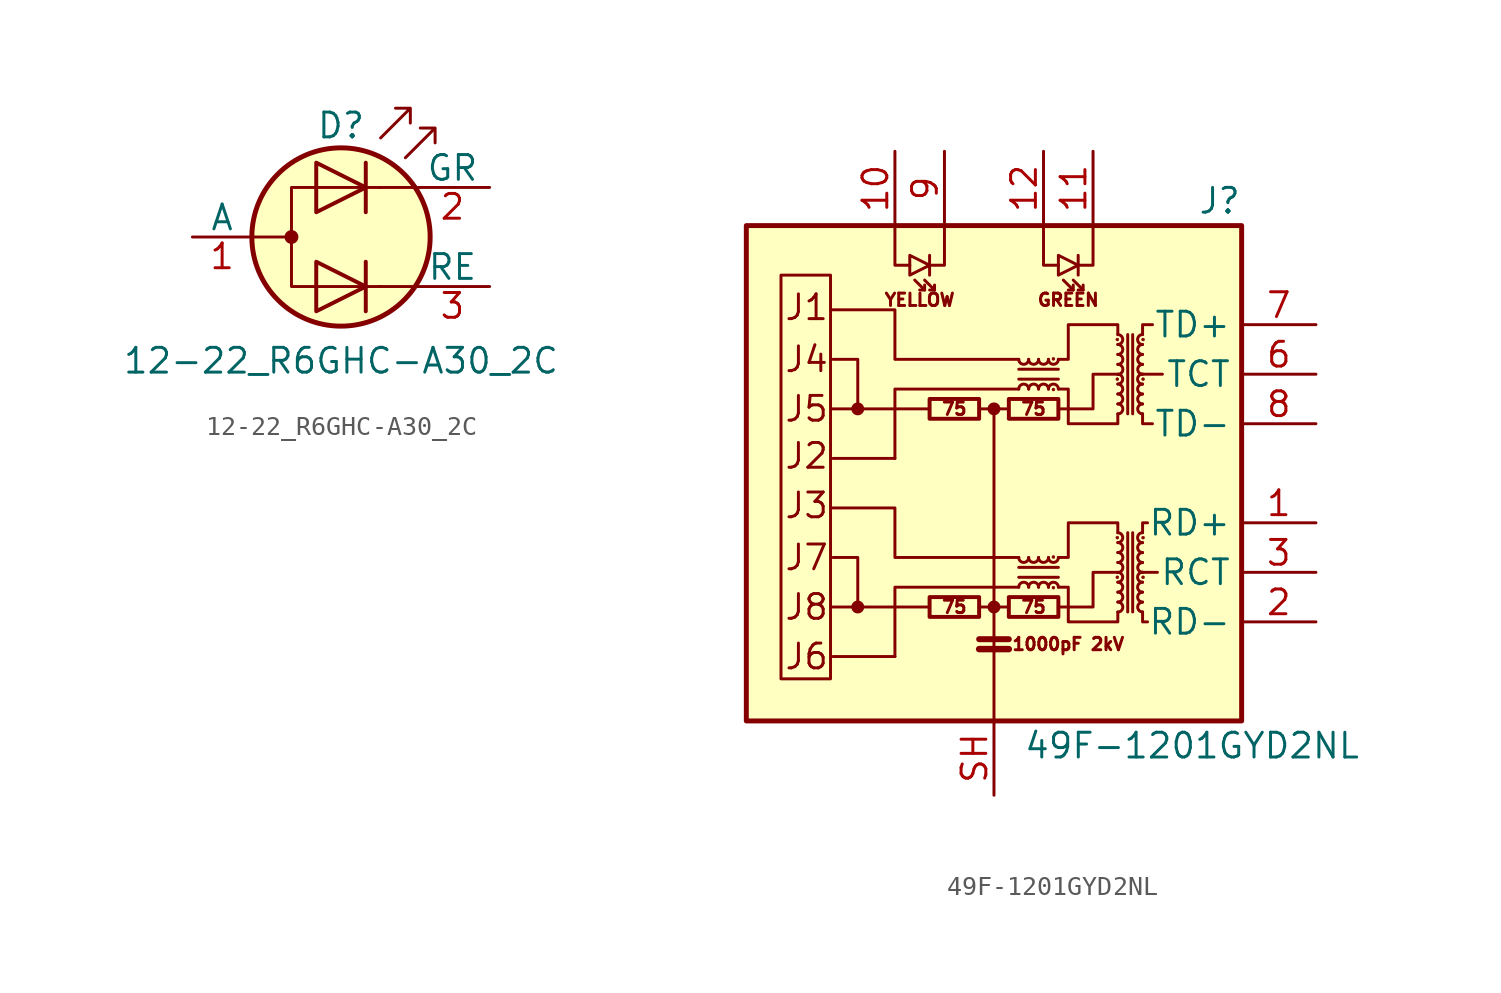
<source format=kicad_sym>
(kicad_symbol_lib
  (version 20231120)
  (generator "kicad_symbol_editor")
  (generator_version "8.0")
  (symbol "12-22_R6GHC-A30_2C"
    (pin_names
      (offset 0))
    (property "Reference" "D"
      (at 0 5.715 0)
      (effects (font (size 1.27 1.27))))
    (property "Value" "12-22_R6GHC-A30_2C"
      (at 0 -6.35 0)
      (effects (font (size 1.27 1.27))))
    (symbol "12-22_R6GHC-A30_2C_0_1"
      (circle (center -2.54 0) (radius 0.279) (stroke (width 0) (type solid)) (fill (type outline)))
      (polyline (pts (xy -4.572 0) (xy -2.54 0)) (stroke (width 0) (type solid)) (fill (type none)))
      (polyline (pts (xy 1.27 -1.27) (xy 1.27 -3.81)) (stroke (width 0.203) (type solid)) (fill (type none)))
      (polyline (pts (xy 1.27 3.81) (xy 1.27 1.27)) (stroke (width 0.203) (type solid)) (fill (type none)))
      (polyline (pts (xy 3.81 -2.54) (xy 1.905 -2.54)) (stroke (width 0) (type solid)) (fill (type none)))
      (polyline (pts (xy 3.81 2.54) (xy 1.905 2.54)) (stroke (width 0) (type solid)) (fill (type none)))
      (polyline (pts (xy -1.27 -1.27) (xy -1.27 -3.81) (xy 1.27 -2.54) (xy -1.27 -1.27)) (stroke (width 0.203) (type solid)) (fill (type none)))
      (polyline (pts (xy -1.27 3.81) (xy -1.27 1.27) (xy 1.27 2.54) (xy -1.27 3.81)) (stroke (width 0.203) (type solid)) (fill (type none)))
      (polyline (pts (xy 2.032 2.54) (xy -2.54 2.54) (xy -2.54 -2.54) (xy 2.032 -2.54)) (stroke (width 0) (type solid)) (fill (type none)))
      (polyline (pts (xy 2.032 5.08) (xy 3.556 6.604) (xy 2.794 6.604) (xy 3.556 6.604) (xy 3.556 5.842)) (stroke (width 0) (type solid)) (fill (type none)))
      (polyline (pts (xy 3.302 4.064) (xy 4.826 5.588) (xy 4.064 5.588) (xy 4.826 5.588) (xy 4.826 4.826)) (stroke (width 0) (type solid)) (fill (type none)))
      (circle (center 0 0) (radius 4.572) (stroke (width 0.254) (type solid)) (fill (type background))))
    (symbol "12-22_R6GHC-A30_2C_1_1"
      (pin input line (at -7.62 0 0) (length 3.048) (name "A" (effects (font (size 1.27 1.27)))) (number "1" (effects (font (size 1.27 1.27)))))
      (pin input line (at 7.62 2.54 180) (length 3.81) (name "GR" (effects (font (size 1.27 1.27)))) (number "2" (effects (font (size 1.27 1.27)))))
      (pin input line (at 7.62 -2.54 180) (length 3.81) (name "RE" (effects (font (size 1.27 1.27)))) (number "3" (effects (font (size 1.27 1.27)))))))
  (symbol "49F-1201GYD2NL"
    (property "Reference" "J"
      (at 12.7 13.97 0)
      (effects (font (size 1.27 1.27)) (justify right)))
    (property "Value" "49F-1201GYD2NL"
      (at 10.16 -13.97 0)
      (effects (font (size 1.27 1.27))))
    (symbol "49F-1201GYD2NL_0_0"
      (rectangle (start -12.7 12.7) (end 12.7 -12.7) (stroke (width 0.254) (type solid)) (fill (type background)))
      (polyline (pts (xy -3.302 -6.858) (xy -8.382 -6.858)) (stroke (width 0) (type solid)) (fill (type none)))
      (polyline (pts (xy -3.302 3.302) (xy -8.382 3.302)) (stroke (width 0) (type solid)) (fill (type none)))
      (polyline (pts (xy 8.382 -5.08) (xy 7.62 -5.08)) (stroke (width 0) (type solid)) (fill (type none)))
      (polyline (pts (xy 8.636 5.08) (xy 7.62 5.08)) (stroke (width 0) (type solid)) (fill (type none)))
      (polyline (pts (xy 1.27 -4.318) (xy -5.08 -4.318) (xy -5.08 -1.778) (xy -8.382 -1.778)) (stroke (width 0) (type solid)) (fill (type none)))
      (polyline (pts (xy 1.27 5.842) (xy -5.08 5.842) (xy -5.08 8.382) (xy -8.382 8.382)) (stroke (width 0) (type solid)) (fill (type none)))
      (polyline (pts (xy 3.302 -6.858) (xy 5.08 -6.858) (xy 5.08 -5.08) (xy 6.35 -5.08)) (stroke (width 0) (type solid)) (fill (type none)))
      (polyline (pts (xy 3.302 3.302) (xy 5.08 3.302) (xy 5.08 5.08) (xy 6.35 5.08)) (stroke (width 0) (type solid)) (fill (type none)))
      (text "1000pF 2kV" (at 3.81 -8.763 0) (effects (font (size 0.635 0.635))))
      (text "75" (at -2.032 -6.858 0) (effects (font (size 0.635 0.635))))
      (text "75" (at -2.032 3.302 0) (effects (font (size 0.635 0.635))))
      (text "75" (at 2.032 -6.858 0) (effects (font (size 0.635 0.635))))
      (text "75" (at 2.032 3.302 0) (effects (font (size 0.635 0.635))))
      (text "GREEN" (at 3.81 8.89 0) (effects (font (size 0.635 0.635))))
      (text "J1" (at -10.795 8.509 0) (effects (font (size 1.27 1.27)) (justify left)))
      (text "J2" (at -10.795 0.889 0) (effects (font (size 1.27 1.27)) (justify left)))
      (text "J3" (at -10.795 -1.651 0) (effects (font (size 1.27 1.27)) (justify left)))
      (text "J4" (at -10.795 5.842 0) (effects (font (size 1.27 1.27)) (justify left)))
      (text "J5" (at -10.795 3.302 0) (effects (font (size 1.27 1.27)) (justify left)))
      (text "J6" (at -10.795 -9.398 0) (effects (font (size 1.27 1.27)) (justify left)))
      (text "J7" (at -10.795 -4.318 0) (effects (font (size 1.27 1.27)) (justify left)))
      (text "J8" (at -10.795 -6.858 0) (effects (font (size 1.27 1.27)) (justify left)))
      (text "YELLOW" (at -3.81 8.89 0) (effects (font (size 0.635 0.635)))))
    (symbol "49F-1201GYD2NL_0_1"
      (rectangle (start -8.382 -10.541) (end -10.922 10.16) (stroke (width 0) (type solid)) (fill (type none)))
      (circle (center -6.985 -6.858) (radius 0.254) (stroke (width 0) (type solid)) (fill (type outline)))
      (circle (center -6.985 3.302) (radius 0.254) (stroke (width 0) (type solid)) (fill (type outline)))
      (rectangle (start -3.302 -7.366) (end -0.762 -6.35) (stroke (width 0.203) (type solid)) (fill (type none)))
      (rectangle (start -3.302 2.794) (end -0.762 3.81) (stroke (width 0.203) (type solid)) (fill (type none)))
      (circle (center 0 -6.858) (radius 0.254) (stroke (width 0) (type solid)) (fill (type outline)))
      (polyline (pts (xy -5.08 -9.398) (xy -8.255 -9.398)) (stroke (width 0) (type solid)) (fill (type none)))
      (polyline (pts (xy -5.08 0.762) (xy -8.255 0.762)) (stroke (width 0) (type solid)) (fill (type none)))
      (polyline (pts (xy -3.556 9.398) (xy -4.064 9.906)) (stroke (width 0) (type solid)) (fill (type none)))
      (polyline (pts (xy -3.302 11.176) (xy -3.302 10.16)) (stroke (width 0) (type solid)) (fill (type none)))
      (polyline (pts (xy -3.048 9.398) (xy -3.556 9.906)) (stroke (width 0) (type solid)) (fill (type none)))
      (polyline (pts (xy -0.762 -9.017) (xy 0.762 -9.017)) (stroke (width 0.33) (type solid)) (fill (type none)))
      (polyline (pts (xy -0.762 -8.509) (xy 0.762 -8.509)) (stroke (width 0.305) (type solid)) (fill (type none)))
      (polyline (pts (xy 0 3.302) (xy -0.762 3.302)) (stroke (width 0) (type solid)) (fill (type none)))
      (polyline (pts (xy 0.762 -6.858) (xy -0.762 -6.858)) (stroke (width 0) (type solid)) (fill (type none)))
      (polyline (pts (xy 1.27 -5.334) (xy 3.302 -5.334)) (stroke (width 0) (type solid)) (fill (type none)))
      (polyline (pts (xy 1.27 4.826) (xy 3.302 4.826)) (stroke (width 0) (type solid)) (fill (type none)))
      (polyline (pts (xy 3.302 -4.826) (xy 1.27 -4.826)) (stroke (width 0) (type solid)) (fill (type none)))
      (polyline (pts (xy 3.302 5.334) (xy 1.27 5.334)) (stroke (width 0) (type solid)) (fill (type none)))
      (polyline (pts (xy 4.064 9.398) (xy 3.556 9.906)) (stroke (width 0) (type solid)) (fill (type none)))
      (polyline (pts (xy 4.318 11.176) (xy 4.318 10.16)) (stroke (width 0) (type solid)) (fill (type none)))
      (polyline (pts (xy 4.572 9.398) (xy 4.064 9.906)) (stroke (width 0) (type solid)) (fill (type none)))
      (polyline (pts (xy 6.858 -3.048) (xy 6.858 -7.112)) (stroke (width 0) (type solid)) (fill (type none)))
      (polyline (pts (xy 6.858 7.112) (xy 6.858 3.048)) (stroke (width 0) (type solid)) (fill (type none)))
      (polyline (pts (xy 7.112 -7.112) (xy 7.112 -3.048)) (stroke (width 0) (type solid)) (fill (type none)))
      (polyline (pts (xy 7.112 3.048) (xy 7.112 7.112)) (stroke (width 0) (type solid)) (fill (type none)))
      (polyline (pts (xy -6.985 -6.858) (xy -6.985 -4.318) (xy -8.255 -4.318)) (stroke (width 0) (type solid)) (fill (type none)))
      (polyline (pts (xy -6.985 3.302) (xy -6.985 5.842) (xy -8.255 5.842)) (stroke (width 0) (type solid)) (fill (type none)))
      (polyline (pts (xy -5.08 12.7) (xy -5.08 10.668) (xy -4.318 10.668)) (stroke (width 0) (type solid)) (fill (type none)))
      (polyline (pts (xy -3.556 9.652) (xy -3.556 9.398) (xy -3.81 9.398)) (stroke (width 0) (type solid)) (fill (type none)))
      (polyline (pts (xy -3.048 9.652) (xy -3.048 9.398) (xy -3.302 9.398)) (stroke (width 0) (type solid)) (fill (type none)))
      (polyline (pts (xy -2.54 12.7) (xy -2.54 10.668) (xy -3.302 10.668)) (stroke (width 0) (type solid)) (fill (type none)))
      (polyline (pts (xy 0 -12.7) (xy 0 3.302) (xy 0.635 3.302)) (stroke (width 0) (type solid)) (fill (type none)))
      (polyline (pts (xy 1.27 -5.842) (xy -5.08 -5.842) (xy -5.08 -9.398)) (stroke (width 0) (type solid)) (fill (type none)))
      (polyline (pts (xy 1.27 4.318) (xy -5.08 4.318) (xy -5.08 0.762)) (stroke (width 0) (type solid)) (fill (type none)))
      (polyline (pts (xy 2.54 12.7) (xy 2.54 10.668) (xy 3.302 10.668)) (stroke (width 0) (type solid)) (fill (type none)))
      (polyline (pts (xy 4.064 9.652) (xy 4.064 9.398) (xy 3.81 9.398)) (stroke (width 0) (type solid)) (fill (type none)))
      (polyline (pts (xy 4.572 9.652) (xy 4.572 9.398) (xy 4.318 9.398)) (stroke (width 0) (type solid)) (fill (type none)))
      (polyline (pts (xy 5.08 12.7) (xy 5.08 10.668) (xy 4.318 10.668)) (stroke (width 0) (type solid)) (fill (type none)))
      (polyline (pts (xy 7.62 -7.112) (xy 7.62 -7.62) (xy 7.874 -7.62)) (stroke (width 0) (type solid)) (fill (type none)))
      (polyline (pts (xy 7.62 -3.048) (xy 7.62 -2.54) (xy 7.874 -2.54)) (stroke (width 0) (type solid)) (fill (type none)))
      (polyline (pts (xy 7.62 3.048) (xy 7.62 2.54) (xy 8.128 2.54)) (stroke (width 0) (type solid)) (fill (type none)))
      (polyline (pts (xy 7.62 7.112) (xy 7.62 7.62) (xy 8.128 7.62)) (stroke (width 0) (type solid)) (fill (type none)))
      (polyline (pts (xy -3.302 10.668) (xy -4.318 11.176) (xy -4.318 10.16) (xy -3.302 10.668)) (stroke (width 0) (type solid)) (fill (type none)))
      (polyline (pts (xy 4.318 10.668) (xy 3.302 11.176) (xy 3.302 10.16) (xy 4.318 10.668)) (stroke (width 0) (type solid)) (fill (type none)))
      (polyline (pts (xy 3.302 -4.318) (xy 3.81 -4.318) (xy 3.81 -2.54) (xy 6.35 -2.54) (xy 6.35 -3.048)) (stroke (width 0) (type solid)) (fill (type none)))
      (polyline (pts (xy 3.302 5.842) (xy 3.81 5.842) (xy 3.81 7.62) (xy 6.35 7.62) (xy 6.35 7.112)) (stroke (width 0) (type solid)) (fill (type none)))
      (polyline (pts (xy 6.35 -7.112) (xy 6.35 -7.62) (xy 3.81 -7.62) (xy 3.81 -5.842) (xy 3.302 -5.842)) (stroke (width 0) (type solid)) (fill (type none)))
      (polyline (pts (xy 6.35 3.048) (xy 6.35 2.54) (xy 3.81 2.54) (xy 3.81 4.318) (xy 3.302 4.318)) (stroke (width 0) (type solid)) (fill (type none)))
      (circle (center 0 3.302) (radius 0.254) (stroke (width 0) (type solid)) (fill (type outline)))
      (rectangle (start 0.762 -7.366) (end 3.302 -6.35) (stroke (width 0.203) (type solid)) (fill (type none)))
      (rectangle (start 0.762 2.794) (end 3.302 3.81) (stroke (width 0.203) (type solid)) (fill (type none)))
      (arc (start 1.27 -4.318) (mid 1.524 -4.572) (end 1.778 -4.318) (stroke (width 0) (type solid)) (fill (type none)))
      (arc (start 1.27 5.842) (mid 1.524 5.588) (end 1.778 5.842) (stroke (width 0) (type solid)) (fill (type none)))
      (arc (start 1.778 -5.842) (mid 1.524 -5.588) (end 1.27 -5.842) (stroke (width 0) (type solid)) (fill (type none)))
      (arc (start 1.778 -4.318) (mid 2.032 -4.572) (end 2.286 -4.318) (stroke (width 0) (type solid)) (fill (type none)))
      (arc (start 1.778 4.318) (mid 1.524 4.572) (end 1.27 4.318) (stroke (width 0) (type solid)) (fill (type none)))
      (arc (start 1.778 5.842) (mid 2.032 5.588) (end 2.286 5.842) (stroke (width 0) (type solid)) (fill (type none)))
      (arc (start 2.286 -5.842) (mid 2.032 -5.588) (end 1.778 -5.842) (stroke (width 0) (type solid)) (fill (type none)))
      (arc (start 2.286 -4.318) (mid 2.54 -4.572) (end 2.794 -4.318) (stroke (width 0) (type solid)) (fill (type none)))
      (arc (start 2.286 4.318) (mid 2.032 4.572) (end 1.778 4.318) (stroke (width 0) (type solid)) (fill (type none)))
      (arc (start 2.286 5.842) (mid 2.54 5.588) (end 2.794 5.842) (stroke (width 0) (type solid)) (fill (type none)))
      (arc (start 2.794 -5.842) (mid 2.54 -5.588) (end 2.286 -5.842) (stroke (width 0) (type solid)) (fill (type none)))
      (arc (start 2.794 -4.318) (mid 3.048 -4.572) (end 3.302 -4.318) (stroke (width 0) (type solid)) (fill (type none)))
      (arc (start 2.794 4.318) (mid 2.54 4.572) (end 2.286 4.318) (stroke (width 0) (type solid)) (fill (type none)))
      (arc (start 2.794 5.842) (mid 3.048 5.588) (end 3.302 5.842) (stroke (width 0) (type solid)) (fill (type none)))
      (circle (center 3.048 -5.867) (radius 0.076) (stroke (width 0.025) (type solid)) (fill (type outline)))
      (circle (center 3.048 -4.293) (radius 0.076) (stroke (width 0.025) (type solid)) (fill (type outline)))
      (circle (center 3.048 4.293) (radius 0.076) (stroke (width 0.025) (type solid)) (fill (type outline)))
      (circle (center 3.048 5.867) (radius 0.076) (stroke (width 0.025) (type solid)) (fill (type outline)))
      (arc (start 3.302 -5.842) (mid 3.048 -5.588) (end 2.794 -5.842) (stroke (width 0) (type solid)) (fill (type none)))
      (arc (start 3.302 4.318) (mid 3.048 4.572) (end 2.794 4.318) (stroke (width 0) (type solid)) (fill (type none)))
      (circle (center 6.325 -5.334) (radius 0.076) (stroke (width 0.025) (type solid)) (fill (type outline)))
      (circle (center 6.325 -3.302) (radius 0.076) (stroke (width 0.025) (type solid)) (fill (type outline)))
      (circle (center 6.325 4.826) (radius 0.076) (stroke (width 0.025) (type solid)) (fill (type outline)))
      (circle (center 6.325 6.858) (radius 0.076) (stroke (width 0.025) (type solid)) (fill (type outline)))
      (arc (start 6.35 -7.112) (mid 6.604 -6.858) (end 6.35 -6.604) (stroke (width 0) (type solid)) (fill (type none)))
      (arc (start 6.35 -6.604) (mid 6.604 -6.35) (end 6.35 -6.096) (stroke (width 0) (type solid)) (fill (type none)))
      (arc (start 6.35 -6.096) (mid 6.604 -5.842) (end 6.35 -5.588) (stroke (width 0) (type solid)) (fill (type none)))
      (arc (start 6.35 -5.588) (mid 6.604 -5.334) (end 6.35 -5.08) (stroke (width 0) (type solid)) (fill (type none)))
      (arc (start 6.35 -5.08) (mid 6.604 -4.826) (end 6.35 -4.572) (stroke (width 0) (type solid)) (fill (type none)))
      (arc (start 6.35 -4.572) (mid 6.604 -4.318) (end 6.35 -4.064) (stroke (width 0) (type solid)) (fill (type none)))
      (arc (start 6.35 -4.064) (mid 6.604 -3.81) (end 6.35 -3.556) (stroke (width 0) (type solid)) (fill (type none)))
      (arc (start 6.35 -3.556) (mid 6.604 -3.302) (end 6.35 -3.048) (stroke (width 0) (type solid)) (fill (type none)))
      (arc (start 6.35 3.048) (mid 6.604 3.302) (end 6.35 3.556) (stroke (width 0) (type solid)) (fill (type none)))
      (arc (start 6.35 3.556) (mid 6.604 3.81) (end 6.35 4.064) (stroke (width 0) (type solid)) (fill (type none)))
      (arc (start 6.35 4.064) (mid 6.604 4.318) (end 6.35 4.572) (stroke (width 0) (type solid)) (fill (type none)))
      (arc (start 6.35 4.572) (mid 6.604 4.826) (end 6.35 5.08) (stroke (width 0) (type solid)) (fill (type none)))
      (arc (start 6.35 5.08) (mid 6.604 5.334) (end 6.35 5.588) (stroke (width 0) (type solid)) (fill (type none)))
      (arc (start 6.35 5.588) (mid 6.604 5.842) (end 6.35 6.096) (stroke (width 0) (type solid)) (fill (type none)))
      (arc (start 6.35 6.096) (mid 6.604 6.35) (end 6.35 6.604) (stroke (width 0) (type solid)) (fill (type none)))
      (arc (start 6.35 6.604) (mid 6.604 6.858) (end 6.35 7.112) (stroke (width 0) (type solid)) (fill (type none)))
      (arc (start 7.62 -6.604) (mid 7.366 -6.858) (end 7.62 -7.112) (stroke (width 0) (type solid)) (fill (type none)))
      (arc (start 7.62 -6.096) (mid 7.366 -6.35) (end 7.62 -6.604) (stroke (width 0) (type solid)) (fill (type none)))
      (arc (start 7.62 -5.588) (mid 7.366 -5.842) (end 7.62 -6.096) (stroke (width 0) (type solid)) (fill (type none)))
      (arc (start 7.62 -5.08) (mid 7.366 -5.334) (end 7.62 -5.588) (stroke (width 0) (type solid)) (fill (type none)))
      (arc (start 7.62 -4.572) (mid 7.366 -4.826) (end 7.62 -5.08) (stroke (width 0) (type solid)) (fill (type none)))
      (arc (start 7.62 -4.064) (mid 7.366 -4.318) (end 7.62 -4.572) (stroke (width 0) (type solid)) (fill (type none)))
      (arc (start 7.62 -3.556) (mid 7.366 -3.81) (end 7.62 -4.064) (stroke (width 0) (type solid)) (fill (type none)))
      (arc (start 7.62 -3.048) (mid 7.366 -3.302) (end 7.62 -3.556) (stroke (width 0) (type solid)) (fill (type none)))
      (arc (start 7.62 3.556) (mid 7.366 3.302) (end 7.62 3.048) (stroke (width 0) (type solid)) (fill (type none)))
      (arc (start 7.62 4.064) (mid 7.366 3.81) (end 7.62 3.556) (stroke (width 0) (type solid)) (fill (type none)))
      (arc (start 7.62 4.572) (mid 7.366 4.318) (end 7.62 4.064) (stroke (width 0) (type solid)) (fill (type none)))
      (arc (start 7.62 5.08) (mid 7.366 4.826) (end 7.62 4.572) (stroke (width 0) (type solid)) (fill (type none)))
      (arc (start 7.62 5.588) (mid 7.366 5.334) (end 7.62 5.08) (stroke (width 0) (type solid)) (fill (type none)))
      (arc (start 7.62 6.096) (mid 7.366 5.842) (end 7.62 5.588) (stroke (width 0) (type solid)) (fill (type none)))
      (arc (start 7.62 6.604) (mid 7.366 6.35) (end 7.62 6.096) (stroke (width 0) (type solid)) (fill (type none)))
      (arc (start 7.62 7.112) (mid 7.366 6.858) (end 7.62 6.604) (stroke (width 0) (type solid)) (fill (type none)))
      (circle (center 7.645 -5.334) (radius 0.076) (stroke (width 0.025) (type solid)) (fill (type outline)))
      (circle (center 7.645 -3.302) (radius 0.076) (stroke (width 0.025) (type solid)) (fill (type outline)))
      (circle (center 7.645 4.826) (radius 0.076) (stroke (width 0.025) (type solid)) (fill (type outline)))
      (circle (center 7.645 6.858) (radius 0.076) (stroke (width 0.025) (type solid)) (fill (type outline))))
    (symbol "49F-1201GYD2NL_1_1"
      (pin passive line (at 16.51 -2.54 180) (length 3.81) (name "RD+" (effects (font (size 1.27 1.27)))) (number "1" (effects (font (size 1.27 1.27)))))
      (pin passive line (at -5.08 16.51 270) (length 3.81) (name "~" (effects (font (size 1.27 1.27)))) (number "10" (effects (font (size 1.27 1.27)))))
      (pin passive line (at 5.08 16.51 270) (length 3.81) (name "~" (effects (font (size 1.27 1.27)))) (number "11" (effects (font (size 1.27 1.27)))))
      (pin passive line (at 2.54 16.51 270) (length 3.81) (name "~" (effects (font (size 1.27 1.27)))) (number "12" (effects (font (size 1.27 1.27)))))
      (pin passive line (at 16.51 -7.62 180) (length 3.81) (name "RD-" (effects (font (size 1.27 1.27)))) (number "2" (effects (font (size 1.27 1.27)))))
      (pin passive line (at 16.51 -5.08 180) (length 3.81) (name "RCT" (effects (font (size 1.27 1.27)))) (number "3" (effects (font (size 1.27 1.27)))))
      (pin passive line (at 16.51 5.08 180) (length 3.81) (name "TCT" (effects (font (size 1.27 1.27)))) (number "6" (effects (font (size 1.27 1.27)))))
      (pin passive line (at 16.51 7.62 180) (length 3.81) (name "TD+" (effects (font (size 1.27 1.27)))) (number "7" (effects (font (size 1.27 1.27)))))
      (pin passive line (at 16.51 2.54 180) (length 3.81) (name "TD-" (effects (font (size 1.27 1.27)))) (number "8" (effects (font (size 1.27 1.27)))))
      (pin passive line (at -2.54 16.51 270) (length 3.81) (name "~" (effects (font (size 1.27 1.27)))) (number "9" (effects (font (size 1.27 1.27)))))
      (pin passive line (at 0 -16.51 90) (length 3.81) (name "~" (effects (font (size 1.27 1.27)))) (number "SH" (effects (font (size 1.27 1.27))))))))
</source>
